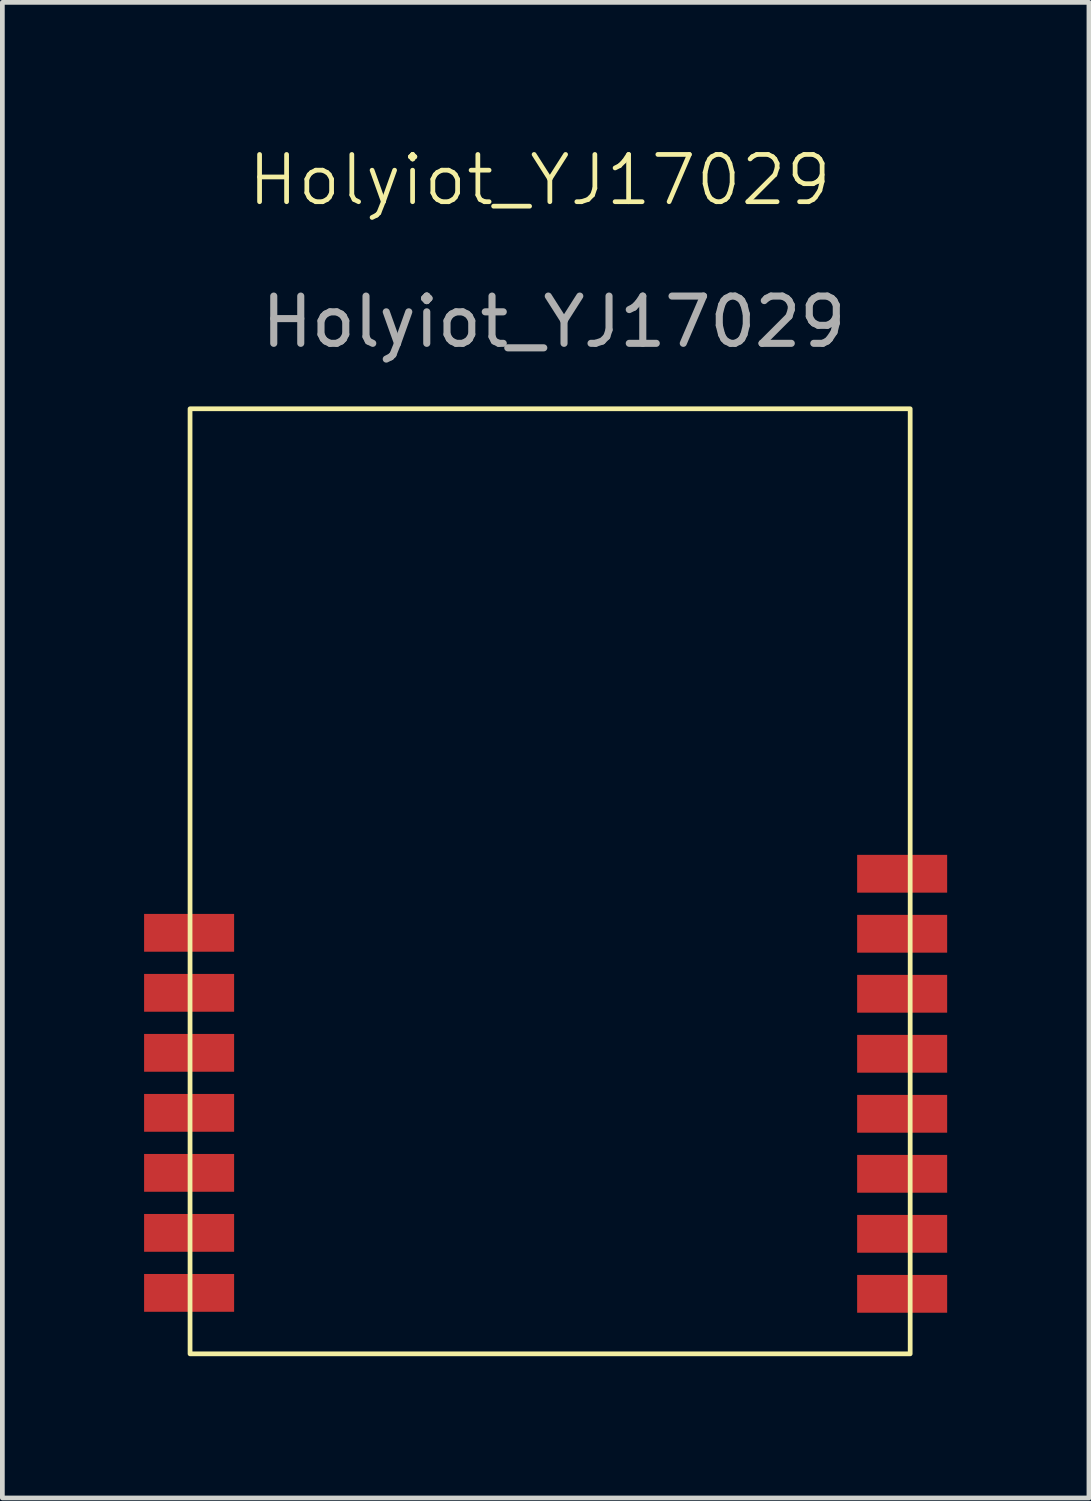
<source format=kicad_pcb>
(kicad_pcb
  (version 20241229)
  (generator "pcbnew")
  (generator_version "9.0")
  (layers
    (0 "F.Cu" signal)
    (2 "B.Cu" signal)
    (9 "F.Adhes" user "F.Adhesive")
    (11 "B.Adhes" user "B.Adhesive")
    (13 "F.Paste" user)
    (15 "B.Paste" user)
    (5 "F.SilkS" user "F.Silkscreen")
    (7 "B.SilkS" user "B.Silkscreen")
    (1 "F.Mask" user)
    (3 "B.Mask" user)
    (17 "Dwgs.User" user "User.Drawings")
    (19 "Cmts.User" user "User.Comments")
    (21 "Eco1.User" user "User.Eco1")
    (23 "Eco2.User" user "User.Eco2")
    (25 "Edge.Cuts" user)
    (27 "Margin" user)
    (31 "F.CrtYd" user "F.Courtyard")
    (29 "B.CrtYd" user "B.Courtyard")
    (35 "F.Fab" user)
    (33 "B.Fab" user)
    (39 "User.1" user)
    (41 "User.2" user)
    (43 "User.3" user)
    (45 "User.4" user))
  (footprint "Holyiot_YJ17029"
    (layer "F.Cu")
    (at 8.572 15.261)
    (property "Reference" "Holyiot_YJ17029" (at -0.2 -14.5 0) (unlocked yes) (layer "F.SilkS") (effects (font (size 1 1) (thickness 0.1))))
    (attr smd)
    (fp_rect (start -7.6 -9.66) (end 7.64 10.34) (stroke (width 0.1) (type solid)) (fill no) (layer "F.SilkS"))
    (fp_text user "${REFERENCE}" (at 0.1 -11.5 0) (unlocked yes) (layer "F.Fab") (effects (font (size 1 1) (thickness 0.15))))
    (pad "1" smd rect (at -7.62 1.43) (size 1.905 0.8) (layers "F.Cu" "F.Mask" "F.Paste"))
    (pad "2" smd rect (at -7.62 2.7) (size 1.905 0.8) (layers "F.Cu" "F.Mask" "F.Paste"))
    (pad "3" connect rect (at -7.62 3.97) (size 1.905 0.8) (layers "F.Cu" "F.Mask"))
    (pad "4" smd rect (at -7.62 5.24) (size 1.905 0.8) (layers "F.Cu" "F.Mask" "F.Paste"))
    (pad "5" smd rect (at -7.62 6.51) (size 1.905 0.8) (layers "F.Cu" "F.Mask" "F.Paste"))
    (pad "6" smd rect (at -7.62 7.78) (size 1.905 0.8) (layers "F.Cu" "F.Mask" "F.Paste"))
    (pad "7" smd rect (at -7.62 9.05) (size 1.905 0.8) (layers "F.Cu" "F.Mask" "F.Paste"))
    (pad "8" smd rect (at 7.47 0.18) (size 1.905 0.8) (layers "F.Cu" "F.Mask" "F.Paste"))
    (pad "9" smd rect (at 7.47 1.45) (size 1.905 0.8) (layers "F.Cu" "F.Mask" "F.Paste"))
    (pad "10" smd rect (at 7.47 2.72) (size 1.905 0.8) (layers "F.Cu" "F.Mask" "F.Paste"))
    (pad "11" smd rect (at 7.47 3.99) (size 1.905 0.8) (layers "F.Cu" "F.Mask" "F.Paste"))
    (pad "12" smd rect (at 7.47 5.26) (size 1.905 0.8) (layers "F.Cu" "F.Mask" "F.Paste"))
    (pad "13" smd rect (at 7.47 6.53) (size 1.905 0.8) (layers "F.Cu" "F.Mask" "F.Paste"))
    (pad "14" smd rect (at 7.47 7.8) (size 1.905 0.8) (layers "F.Cu" "F.Mask" "F.Paste"))
    (pad "15" smd rect (at 7.47 9.07) (size 1.905 0.8) (layers "F.Cu" "F.Mask" "F.Paste")))
  (gr_rect
    (start -3 -3)
    (end 19.995 28.651)
    (stroke (width 0.1) (type default))
    (fill no)
    (layer "Edge.Cuts")))
</source>
